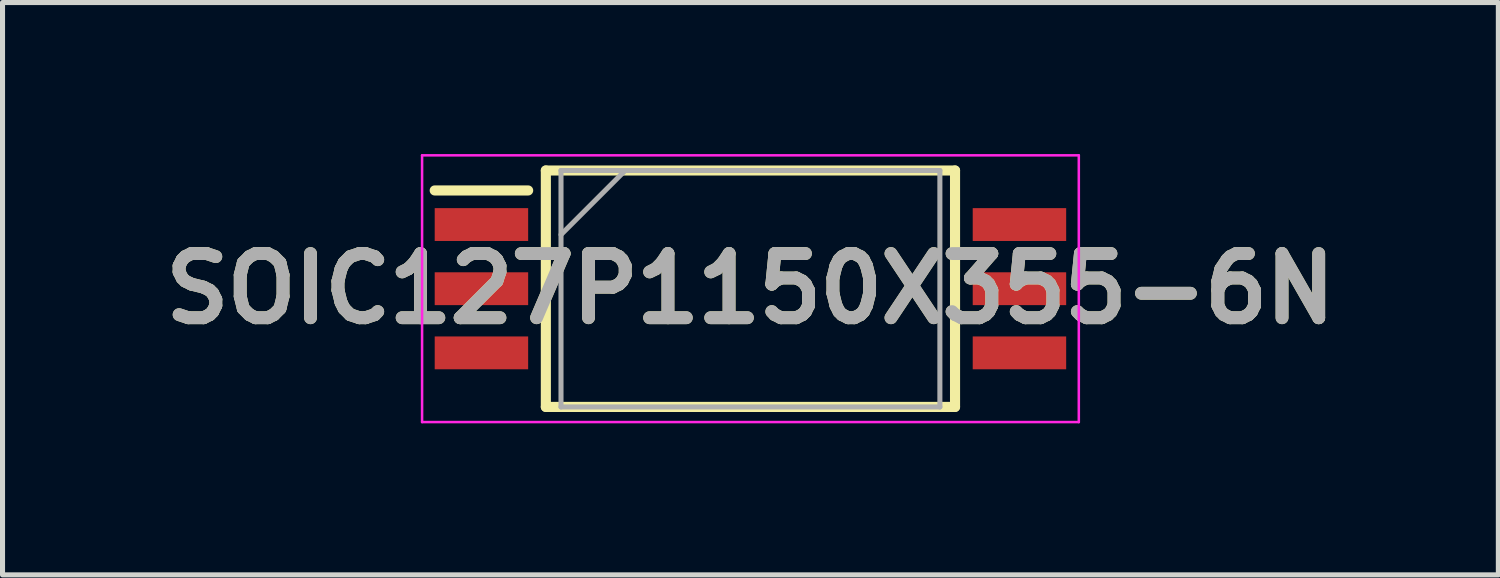
<source format=kicad_pcb>
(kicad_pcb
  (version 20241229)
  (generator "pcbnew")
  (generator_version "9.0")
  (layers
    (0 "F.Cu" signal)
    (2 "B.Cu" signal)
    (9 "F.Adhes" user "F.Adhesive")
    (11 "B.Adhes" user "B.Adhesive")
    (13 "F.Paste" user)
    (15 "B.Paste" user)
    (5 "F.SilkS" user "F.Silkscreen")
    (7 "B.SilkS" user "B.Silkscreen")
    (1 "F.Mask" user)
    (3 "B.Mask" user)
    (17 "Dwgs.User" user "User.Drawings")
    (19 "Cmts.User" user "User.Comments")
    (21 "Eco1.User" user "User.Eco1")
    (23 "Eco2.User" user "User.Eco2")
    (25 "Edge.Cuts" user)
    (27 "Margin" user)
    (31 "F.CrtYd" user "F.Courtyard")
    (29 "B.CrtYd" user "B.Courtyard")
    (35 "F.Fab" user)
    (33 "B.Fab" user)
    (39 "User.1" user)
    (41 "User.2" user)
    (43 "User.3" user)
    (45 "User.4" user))
  (footprint "SOIC127P1150X355-6N"
    (layer "F.Cu")
    (at 11.805 2.665)
    (property "Reference" "SOIC127P1150X355-6N" (at 0 0 0) (layer "F.SilkS") (effects (font (size 1.27 1.27) (thickness 0.254))))
    (attr smd)
    (fp_line (start -6.25 -1.945) (end -4.4 -1.945) (stroke (width 0.2) (type solid)) (layer "F.SilkS"))
    (fp_line (start -4.05 -2.34) (end 4.05 -2.34) (stroke (width 0.2) (type solid)) (layer "F.SilkS"))
    (fp_line (start -4.05 2.34) (end -4.05 -2.34) (stroke (width 0.2) (type solid)) (layer "F.SilkS"))
    (fp_line (start 4.05 -2.34) (end 4.05 2.34) (stroke (width 0.2) (type solid)) (layer "F.SilkS"))
    (fp_line (start 4.05 2.34) (end -4.05 2.34) (stroke (width 0.2) (type solid)) (layer "F.SilkS"))
    (fp_line (start -6.5 -2.64) (end 6.5 -2.64) (stroke (width 0.05) (type solid)) (layer "F.CrtYd"))
    (fp_line (start -6.5 2.64) (end -6.5 -2.64) (stroke (width 0.05) (type solid)) (layer "F.CrtYd"))
    (fp_line (start 6.5 -2.64) (end 6.5 2.64) (stroke (width 0.05) (type solid)) (layer "F.CrtYd"))
    (fp_line (start 6.5 2.64) (end -6.5 2.64) (stroke (width 0.05) (type solid)) (layer "F.CrtYd"))
    (fp_line (start -3.75 -2.34) (end 3.75 -2.34) (stroke (width 0.1) (type solid)) (layer "F.Fab"))
    (fp_line (start -3.75 -1.07) (end -2.48 -2.34) (stroke (width 0.1) (type solid)) (layer "F.Fab"))
    (fp_line (start -3.75 2.34) (end -3.75 -2.34) (stroke (width 0.1) (type solid)) (layer "F.Fab"))
    (fp_line (start 3.75 -2.34) (end 3.75 2.34) (stroke (width 0.1) (type solid)) (layer "F.Fab"))
    (fp_line (start 3.75 2.34) (end -3.75 2.34) (stroke (width 0.1) (type solid)) (layer "F.Fab"))
    (fp_text user "${REFERENCE}" (at 0 0 0) (layer "F.Fab") (effects (font (size 1.27 1.27) (thickness 0.254))))
    (pad "1" smd rect (at -5.325 -1.27 90) (size 0.65 1.85) (layers "F.Cu" "F.Mask" "F.Paste"))
    (pad "2" smd rect (at -5.325 0 90) (size 0.65 1.85) (layers "F.Cu" "F.Mask" "F.Paste"))
    (pad "3" smd rect (at -5.325 1.27 90) (size 0.65 1.85) (layers "F.Cu" "F.Mask" "F.Paste"))
    (pad "4" smd rect (at 5.325 1.27 90) (size 0.65 1.85) (layers "F.Cu" "F.Mask" "F.Paste"))
    (pad "5" smd rect (at 5.325 0 90) (size 0.65 1.85) (layers "F.Cu" "F.Mask" "F.Paste"))
    (pad "6" smd rect (at 5.325 -1.27 90) (size 0.65 1.85) (layers "F.Cu" "F.Mask" "F.Paste")))
  (gr_rect
    (start -3 -3)
    (end 26.61 8.33)
    (stroke (width 0.1) (type default))
    (fill no)
    (layer "Edge.Cuts")))
</source>
